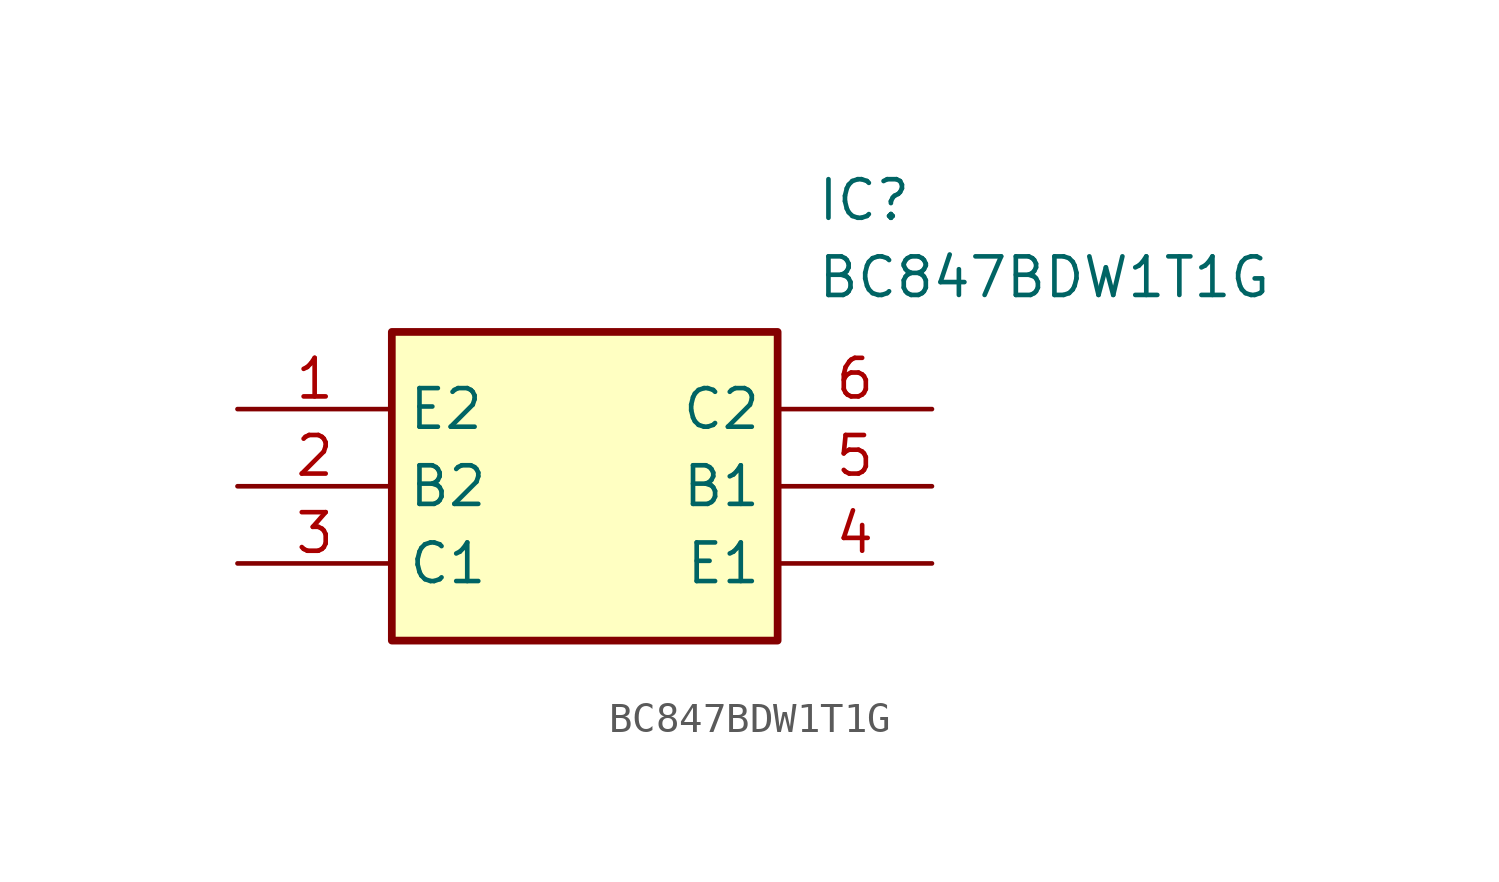
<source format=kicad_sym>
(kicad_symbol_lib
  (version 20211014)
  (generator SamacSys_ECAD_Model)
  (symbol "BC847BDW1T1G"
    (property "Reference" "IC"
      (at 19.05 7.62 0)
      (effects (font (size 1.27 1.27)) (justify left top)))
    (property "Value" "BC847BDW1T1G"
      (at 19.05 5.08 0)
      (effects (font (size 1.27 1.27)) (justify left top)))
    (rectangle
      (start 5.08 2.54)
      (end 17.78 -7.62)
      (stroke (width 0.254) (type default))
      (fill (type background)))
    (pin passive line
      (at 0 0 0)
      (length 5.08)
      (name "E2" (effects (font (size 1.27 1.27))))
      (number "1" (effects (font (size 1.27 1.27)))))
    (pin passive line
      (at 0 -2.54 0)
      (length 5.08)
      (name "B2" (effects (font (size 1.27 1.27))))
      (number "2" (effects (font (size 1.27 1.27)))))
    (pin passive line
      (at 0 -5.08 0)
      (length 5.08)
      (name "C1" (effects (font (size 1.27 1.27))))
      (number "3" (effects (font (size 1.27 1.27)))))
    (pin passive line
      (at 22.86 0 180)
      (length 5.08)
      (name "C2" (effects (font (size 1.27 1.27))))
      (number "6" (effects (font (size 1.27 1.27)))))
    (pin passive line
      (at 22.86 -2.54 180)
      (length 5.08)
      (name "B1" (effects (font (size 1.27 1.27))))
      (number "5" (effects (font (size 1.27 1.27)))))
    (pin passive line
      (at 22.86 -5.08 180)
      (length 5.08)
      (name "E1" (effects (font (size 1.27 1.27))))
      (number "4" (effects (font (size 1.27 1.27)))))))
</source>
